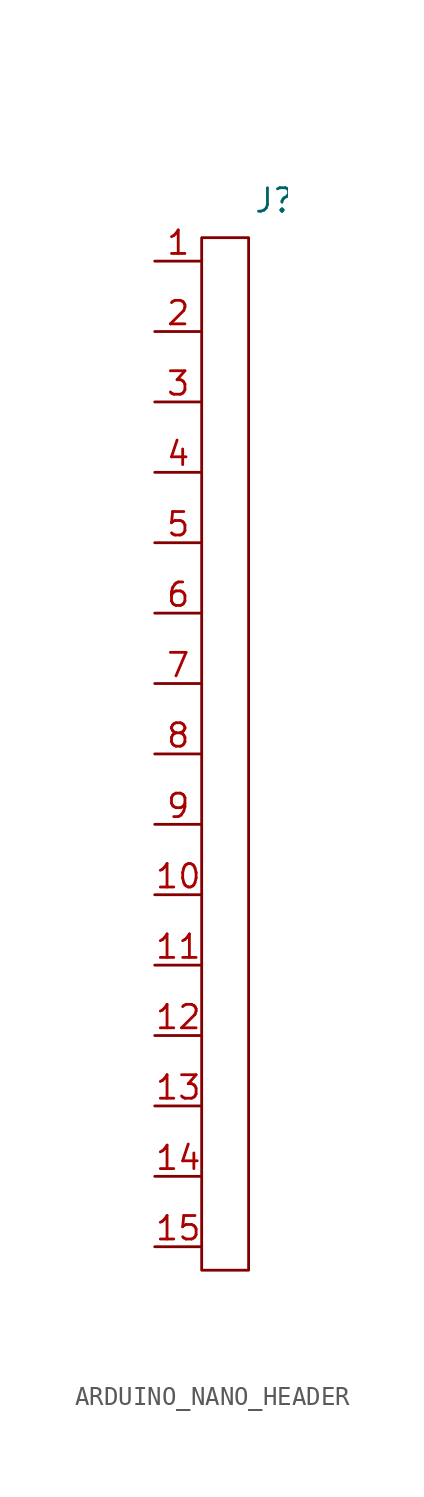
<source format=kicad_sym>
(kicad_symbol_lib
  (version 20211014)
  (generator kicad_symbol_editor)
  (symbol "ARDUINO_NANO_HEADER"
    (pin_names
      (offset 1.016) hide)
    (property "Reference" "J"
      (at 1.524 3.81 0)
      (effects (font (size 1.27 1.27)) (justify left bottom)))
    (symbol "ARDUINO_NANO_HEADER_0_1"
      (rectangle (start -1.27 2.54) (end 1.27 -53.34) (stroke (width 0) (type default) (color 0 0 0 0)) (fill (type none))))
    (symbol "ARDUINO_NANO_HEADER_1_1"
      (pin passive line (at -3.81 1.27 0) (length 2.54) (name "~" (effects (font (size 1.27 1.27)))) (number "1" (effects (font (size 1.27 1.27)))))
      (pin passive line (at -3.81 -33.02 0) (length 2.54) (name "10" (effects (font (size 1.27 1.27)))) (number "10" (effects (font (size 1.27 1.27)))))
      (pin passive line (at -3.81 -36.83 0) (length 2.54) (name "11" (effects (font (size 1.27 1.27)))) (number "11" (effects (font (size 1.27 1.27)))))
      (pin passive line (at -3.81 -40.64 0) (length 2.54) (name "12" (effects (font (size 1.27 1.27)))) (number "12" (effects (font (size 1.27 1.27)))))
      (pin passive line (at -3.81 -44.45 0) (length 2.54) (name "13" (effects (font (size 1.27 1.27)))) (number "13" (effects (font (size 1.27 1.27)))))
      (pin passive line (at -3.81 -48.26 0) (length 2.54) (name "14" (effects (font (size 1.27 1.27)))) (number "14" (effects (font (size 1.27 1.27)))))
      (pin passive line (at -3.81 -52.07 0) (length 2.54) (name "15" (effects (font (size 1.27 1.27)))) (number "15" (effects (font (size 1.27 1.27)))))
      (pin passive line (at -3.81 -2.54 0) (length 2.54) (name "~" (effects (font (size 1.27 1.27)))) (number "2" (effects (font (size 1.27 1.27)))))
      (pin passive line (at -3.81 -6.35 0) (length 2.54) (name "~" (effects (font (size 1.27 1.27)))) (number "3" (effects (font (size 1.27 1.27)))))
      (pin passive line (at -3.81 -10.16 0) (length 2.54) (name "~" (effects (font (size 1.27 1.27)))) (number "4" (effects (font (size 1.27 1.27)))))
      (pin passive line (at -3.81 -13.97 0) (length 2.54) (name "5" (effects (font (size 1.27 1.27)))) (number "5" (effects (font (size 1.27 1.27)))))
      (pin passive line (at -3.81 -17.78 0) (length 2.54) (name "6" (effects (font (size 1.27 1.27)))) (number "6" (effects (font (size 1.27 1.27)))))
      (pin passive line (at -3.81 -21.59 0) (length 2.54) (name "7" (effects (font (size 1.27 1.27)))) (number "7" (effects (font (size 1.27 1.27)))))
      (pin passive line (at -3.81 -25.4 0) (length 2.54) (name "8" (effects (font (size 1.27 1.27)))) (number "8" (effects (font (size 1.27 1.27)))))
      (pin passive line (at -3.81 -29.21 0) (length 2.54) (name "9" (effects (font (size 1.27 1.27)))) (number "9" (effects (font (size 1.27 1.27))))))))
</source>
